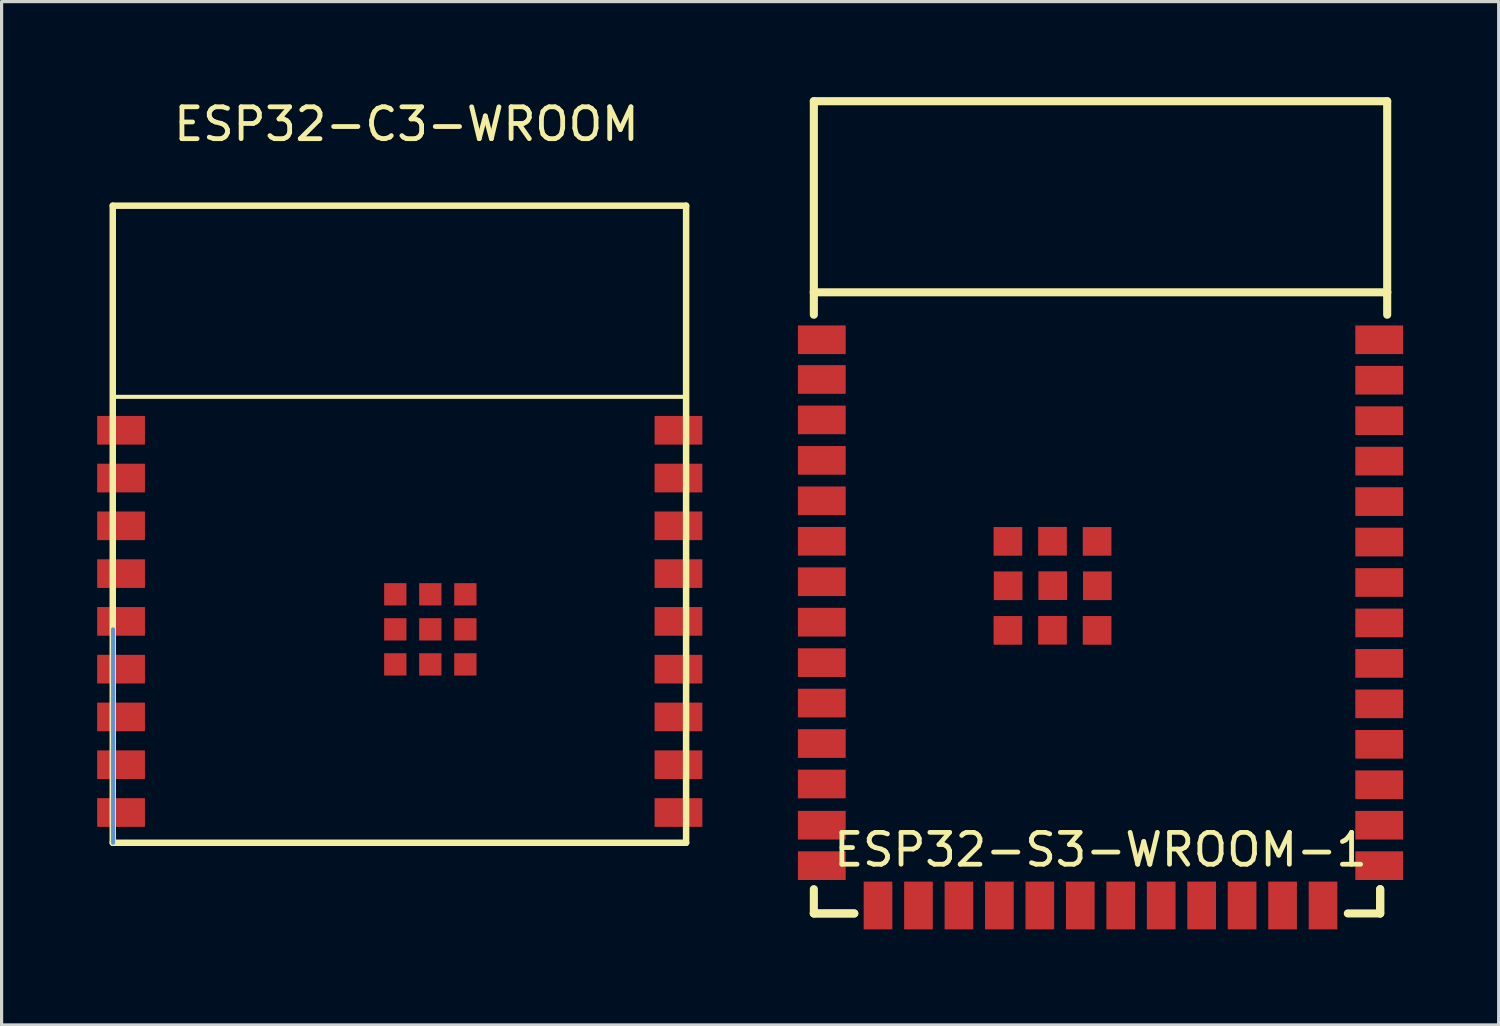
<source format=kicad_pcb>
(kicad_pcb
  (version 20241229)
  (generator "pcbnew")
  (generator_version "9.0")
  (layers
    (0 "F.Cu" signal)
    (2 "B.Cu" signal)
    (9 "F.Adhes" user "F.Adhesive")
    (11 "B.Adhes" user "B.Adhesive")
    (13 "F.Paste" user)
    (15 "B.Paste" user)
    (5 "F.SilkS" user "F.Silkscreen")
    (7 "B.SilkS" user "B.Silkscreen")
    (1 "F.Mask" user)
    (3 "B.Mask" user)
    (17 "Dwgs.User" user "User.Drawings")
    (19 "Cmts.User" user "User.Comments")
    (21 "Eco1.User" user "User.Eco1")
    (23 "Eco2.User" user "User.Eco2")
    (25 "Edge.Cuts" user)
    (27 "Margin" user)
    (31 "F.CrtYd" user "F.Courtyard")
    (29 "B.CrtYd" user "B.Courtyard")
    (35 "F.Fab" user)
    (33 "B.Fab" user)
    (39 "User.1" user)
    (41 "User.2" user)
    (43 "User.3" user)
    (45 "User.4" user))
  (footprint "ESP32-C3-WROOM"
    (layer "F.Cu")
    (at 9.75 10.458)
    (property "Reference" "ESP32-C3-WROOM" (at -0.04 -9.61 0) (layer "F.SilkS") (effects (font (size 1 1) (thickness 0.15))))
    (attr through_hole)
    (fp_line (start -9.26 -7.05) (end 8.74 -7.05) (stroke (width 0.203) (type solid)) (layer "F.SilkS"))
    (fp_line (start -9.26 12.95) (end -9.26 -7.05) (stroke (width 0.203) (type solid)) (layer "F.SilkS"))
    (fp_line (start -9.25 -1.05) (end 8.75 -1.05) (stroke (width 0.127) (type solid)) (layer "F.SilkS"))
    (fp_line (start 8.74 -7.05) (end 8.74 12.95) (stroke (width 0.203) (type solid)) (layer "F.SilkS"))
    (fp_line (start 8.74 12.95) (end -9.26 12.95) (stroke (width 0.203) (type solid)) (layer "F.SilkS"))
    (fp_line (start -9.25 12.95) (end -9.25 6.25) (stroke (width 0.127) (type solid)) (layer "Cmts.User"))
    (fp_line (start -9.26 -7.05) (end 8.74 -7.05) (stroke (width 0.076) (type solid)) (layer "Eco1.User"))
    (fp_line (start -9.26 12.95) (end -9.26 -7.05) (stroke (width 0.076) (type solid)) (layer "Eco1.User"))
    (fp_line (start 8.74 -7.05) (end 8.74 12.95) (stroke (width 0.076) (type solid)) (layer "Eco1.User"))
    (fp_line (start 8.74 12.95) (end -9.26 12.95) (stroke (width 0.076) (type solid)) (layer "Eco1.User"))
    (pad "1" smd rect (at -9 0) (size 1.5 0.9) (layers "F.Cu" "F.Mask" "F.Paste"))
    (pad "2" smd rect (at -9 1.5) (size 1.5 0.9) (layers "F.Cu" "F.Mask" "F.Paste"))
    (pad "3" smd rect (at -9 3) (size 1.5 0.9) (layers "F.Cu" "F.Mask" "F.Paste"))
    (pad "4" smd rect (at -9 4.5) (size 1.5 0.9) (layers "F.Cu" "F.Mask" "F.Paste"))
    (pad "5" smd rect (at -9 6) (size 1.5 0.9) (layers "F.Cu" "F.Mask" "F.Paste"))
    (pad "6" smd rect (at -9 7.5) (size 1.5 0.9) (layers "F.Cu" "F.Mask" "F.Paste"))
    (pad "7" smd rect (at -9 9) (size 1.5 0.9) (layers "F.Cu" "F.Mask" "F.Paste"))
    (pad "8" smd rect (at -9 10.5) (size 1.5 0.9) (layers "F.Cu" "F.Mask" "F.Paste"))
    (pad "9" smd rect (at -9 12) (size 1.5 0.9) (layers "F.Cu" "F.Mask" "F.Paste"))
    (pad "10" smd rect (at 8.5 12) (size 1.5 0.9) (layers "F.Cu" "F.Mask" "F.Paste"))
    (pad "11" smd rect (at 8.5 10.5) (size 1.5 0.9) (layers "F.Cu" "F.Mask" "F.Paste"))
    (pad "12" smd rect (at 8.5 9) (size 1.5 0.9) (layers "F.Cu" "F.Mask" "F.Paste"))
    (pad "13" smd rect (at 8.5 7.5) (size 1.5 0.9) (layers "F.Cu" "F.Mask" "F.Paste"))
    (pad "14" smd rect (at 8.5 6) (size 1.5 0.9) (layers "F.Cu" "F.Mask" "F.Paste"))
    (pad "15" smd rect (at 8.5 4.5) (size 1.5 0.9) (layers "F.Cu" "F.Mask" "F.Paste"))
    (pad "16" smd rect (at 8.5 3) (size 1.5 0.9) (layers "F.Cu" "F.Mask" "F.Paste"))
    (pad "17" smd rect (at 8.5 1.5) (size 1.5 0.9) (layers "F.Cu" "F.Mask" "F.Paste"))
    (pad "18" smd rect (at 8.5 0) (size 1.5 0.9) (layers "F.Cu" "F.Mask" "F.Paste"))
    (pad "19" smd rect (at -0.39 5.15) (size 0.7 0.7) (layers "F.Cu" "F.Mask" "F.Paste"))
    (pad "19" smd rect (at -0.39 6.25) (size 0.7 0.7) (layers "F.Cu" "F.Mask" "F.Paste"))
    (pad "19" smd rect (at -0.39 7.35) (size 0.7 0.7) (layers "F.Cu" "F.Mask" "F.Paste"))
    (pad "19" smd rect (at 0.71 5.15) (size 0.7 0.7) (layers "F.Cu" "F.Mask" "F.Paste"))
    (pad "19" smd rect (at 0.71 6.25) (size 0.7 0.7) (layers "F.Cu" "F.Mask" "F.Paste"))
    (pad "19" smd rect (at 0.71 7.35) (size 0.7 0.7) (layers "F.Cu" "F.Mask" "F.Paste"))
    (pad "19" smd rect (at 1.81 5.15) (size 0.7 0.7) (layers "F.Cu" "F.Mask" "F.Paste"))
    (pad "19" smd rect (at 1.81 6.25) (size 0.7 0.7) (layers "F.Cu" "F.Mask" "F.Paste"))
    (pad "19" smd rect (at 1.81 7.35) (size 0.7 0.7) (layers "F.Cu" "F.Mask" "F.Paste")))
  (footprint "ESP32-S3-WROOM-1"
    (layer "F.Cu")
    (at 31.5 15.027)
    (property "Reference" "ESP32-S3-WROOM-1" (at 0 8.6 0) (layer "F.SilkS") (effects (font (size 1 1) (thickness 0.15))))
    (attr through_hole)
    (fp_line (start -9 -14.9) (end -9 -8.9) (stroke (width 0.254) (type solid)) (layer "F.SilkS"))
    (fp_line (start -9 -14.9) (end 9 -14.9) (stroke (width 0.254) (type solid)) (layer "F.SilkS"))
    (fp_line (start -9 -8.9) (end -9 -8.196) (stroke (width 0.254) (type solid)) (layer "F.SilkS"))
    (fp_line (start -9 -8.9) (end 9 -8.9) (stroke (width 0.254) (type solid)) (layer "F.SilkS"))
    (fp_line (start -9 10.6) (end -9 9.838) (stroke (width 0.254) (type solid)) (layer "F.SilkS"))
    (fp_line (start -9 10.6) (end -7.73 10.6) (stroke (width 0.254) (type solid)) (layer "F.SilkS"))
    (fp_line (start -7.73 10.6) (end -9 10.6) (stroke (width 0.254) (type solid)) (layer "F.SilkS"))
    (fp_line (start 8.78 9.838) (end 8.78 10.6) (stroke (width 0.254) (type solid)) (layer "F.SilkS"))
    (fp_line (start 8.78 10.6) (end 7.764 10.6) (stroke (width 0.254) (type solid)) (layer "F.SilkS"))
    (fp_line (start 8.78 10.6) (end 8.78 9.838) (stroke (width 0.254) (type solid)) (layer "F.SilkS"))
    (fp_line (start 9 -14.9) (end 9 -8.9) (stroke (width 0.254) (type solid)) (layer "F.SilkS"))
    (fp_line (start 9 -8.9) (end 9 -8.196) (stroke (width 0.254) (type solid)) (layer "F.SilkS"))
    (pad "1" smd rect (at -8.75 -7.41) (size 1.5 0.9) (layers "F.Cu" "F.Mask" "F.Paste"))
    (pad "2" smd rect (at -8.75 -6.164) (size 1.5 0.9) (layers "F.Cu" "F.Mask" "F.Paste"))
    (pad "3" smd rect (at -8.75 -4.894) (size 1.5 0.9) (layers "F.Cu" "F.Mask" "F.Paste"))
    (pad "4" smd rect (at -8.75 -3.624) (size 1.5 0.9) (layers "F.Cu" "F.Mask" "F.Paste"))
    (pad "5" smd rect (at -8.75 -2.354) (size 1.5 0.9) (layers "F.Cu" "F.Mask" "F.Paste"))
    (pad "6" smd rect (at -8.75 -1.084) (size 1.5 0.9) (layers "F.Cu" "F.Mask" "F.Paste"))
    (pad "7" smd rect (at -8.75 0.186) (size 1.5 0.9) (layers "F.Cu" "F.Mask" "F.Paste"))
    (pad "8" smd rect (at -8.75 1.456) (size 1.5 0.9) (layers "F.Cu" "F.Mask" "F.Paste"))
    (pad "9" smd rect (at -8.75 2.726) (size 1.5 0.9) (layers "F.Cu" "F.Mask" "F.Paste"))
    (pad "10" smd rect (at -8.75 3.996) (size 1.5 0.9) (layers "F.Cu" "F.Mask" "F.Paste"))
    (pad "11" smd rect (at -8.75 5.266) (size 1.5 0.9) (layers "F.Cu" "F.Mask" "F.Paste"))
    (pad "12" smd rect (at -8.75 6.536) (size 1.5 0.9) (layers "F.Cu" "F.Mask" "F.Paste"))
    (pad "13" smd rect (at -8.75 7.83) (size 1.5 0.9) (layers "F.Cu" "F.Mask" "F.Paste"))
    (pad "14" smd rect (at -8.75 9.1) (size 1.5 0.9) (layers "F.Cu" "F.Mask" "F.Paste"))
    (pad "15" smd rect (at -6.985 10.35 90) (size 1.5 0.9) (layers "F.Cu" "F.Mask" "F.Paste"))
    (pad "16" smd rect (at -5.715 10.35 90) (size 1.5 0.9) (layers "F.Cu" "F.Mask" "F.Paste"))
    (pad "17" smd rect (at -4.445 10.35 90) (size 1.5 0.9) (layers "F.Cu" "F.Mask" "F.Paste"))
    (pad "18" smd rect (at -3.175 10.35 90) (size 1.5 0.9) (layers "F.Cu" "F.Mask" "F.Paste"))
    (pad "19" smd rect (at -1.905 10.35 90) (size 1.5 0.9) (layers "F.Cu" "F.Mask" "F.Paste"))
    (pad "20" smd rect (at -0.635 10.35 90) (size 1.5 0.9) (layers "F.Cu" "F.Mask" "F.Paste"))
    (pad "21" smd rect (at 0.635 10.35 90) (size 1.5 0.9) (layers "F.Cu" "F.Mask" "F.Paste"))
    (pad "22" smd rect (at 1.905 10.35 90) (size 1.5 0.9) (layers "F.Cu" "F.Mask" "F.Paste"))
    (pad "23" smd rect (at 3.175 10.35 90) (size 1.5 0.9) (layers "F.Cu" "F.Mask" "F.Paste"))
    (pad "24" smd rect (at 4.445 10.35 90) (size 1.5 0.9) (layers "F.Cu" "F.Mask" "F.Paste"))
    (pad "25" smd rect (at 5.715 10.35 90) (size 1.5 0.9) (layers "F.Cu" "F.Mask" "F.Paste"))
    (pad "26" smd rect (at 6.985 10.35 90) (size 1.5 0.9) (layers "F.Cu" "F.Mask" "F.Paste"))
    (pad "27" smd rect (at 8.75 9.1) (size 1.5 0.9) (layers "F.Cu" "F.Mask" "F.Paste"))
    (pad "28" smd rect (at 8.75 7.83) (size 1.5 0.9) (layers "F.Cu" "F.Mask" "F.Paste"))
    (pad "29" smd rect (at 8.75 6.56) (size 1.5 0.9) (layers "F.Cu" "F.Mask" "F.Paste"))
    (pad "30" smd rect (at 8.75 5.29) (size 1.5 0.9) (layers "F.Cu" "F.Mask" "F.Paste"))
    (pad "31" smd rect (at 8.75 4.02) (size 1.5 0.9) (layers "F.Cu" "F.Mask" "F.Paste"))
    (pad "32" smd rect (at 8.75 2.75) (size 1.5 0.9) (layers "F.Cu" "F.Mask" "F.Paste"))
    (pad "33" smd rect (at 8.75 1.48) (size 1.5 0.9) (layers "F.Cu" "F.Mask" "F.Paste"))
    (pad "34" smd rect (at 8.75 0.21) (size 1.5 0.9) (layers "F.Cu" "F.Mask" "F.Paste"))
    (pad "35" smd rect (at 8.75 -1.06) (size 1.5 0.9) (layers "F.Cu" "F.Mask" "F.Paste"))
    (pad "36" smd rect (at 8.75 -2.33) (size 1.5 0.9) (layers "F.Cu" "F.Mask" "F.Paste"))
    (pad "37" smd rect (at 8.75 -3.6) (size 1.5 0.9) (layers "F.Cu" "F.Mask" "F.Paste"))
    (pad "38" smd rect (at 8.75 -4.87) (size 1.5 0.9) (layers "F.Cu" "F.Mask" "F.Paste"))
    (pad "39" smd rect (at 8.75 -6.14) (size 1.5 0.9) (layers "F.Cu" "F.Mask" "F.Paste"))
    (pad "40" smd rect (at 8.75 -7.41) (size 1.5 0.9) (layers "F.Cu" "F.Mask" "F.Paste"))
    (pad "41" smd rect (at -2.907 -1.081) (size 0.9 0.9) (layers "F.Cu" "F.Mask" "F.Paste"))
    (pad "41" smd rect (at -2.907 1.713) (size 0.9 0.9) (layers "F.Cu" "F.Mask" "F.Paste"))
    (pad "41" smd rect (at -2.9 0.313) (size 0.9 0.9) (layers "F.Cu" "F.Mask" "F.Paste"))
    (pad "41" smd rect (at -1.507 -1.084) (size 0.9 0.9) (layers "F.Cu" "F.Mask" "F.Paste"))
    (pad "41" smd rect (at -1.507 1.71) (size 0.9 0.9) (layers "F.Cu" "F.Mask" "F.Paste"))
    (pad "41" smd rect (at -1.5 0.31) (size 0.9 0.9) (layers "F.Cu" "F.Mask" "F.Paste"))
    (pad "41" smd rect (at -0.107 -1.081) (size 0.9 0.9) (layers "F.Cu" "F.Mask" "F.Paste"))
    (pad "41" smd rect (at -0.107 1.713) (size 0.9 0.9) (layers "F.Cu" "F.Mask" "F.Paste"))
    (pad "41" smd rect (at -0.1 0.313) (size 0.9 0.9) (layers "F.Cu" "F.Mask" "F.Paste")))
  (gr_rect
    (start -3 -3)
    (end 44 29.127)
    (stroke (width 0.1) (type default))
    (fill no)
    (layer "Edge.Cuts")))
</source>
